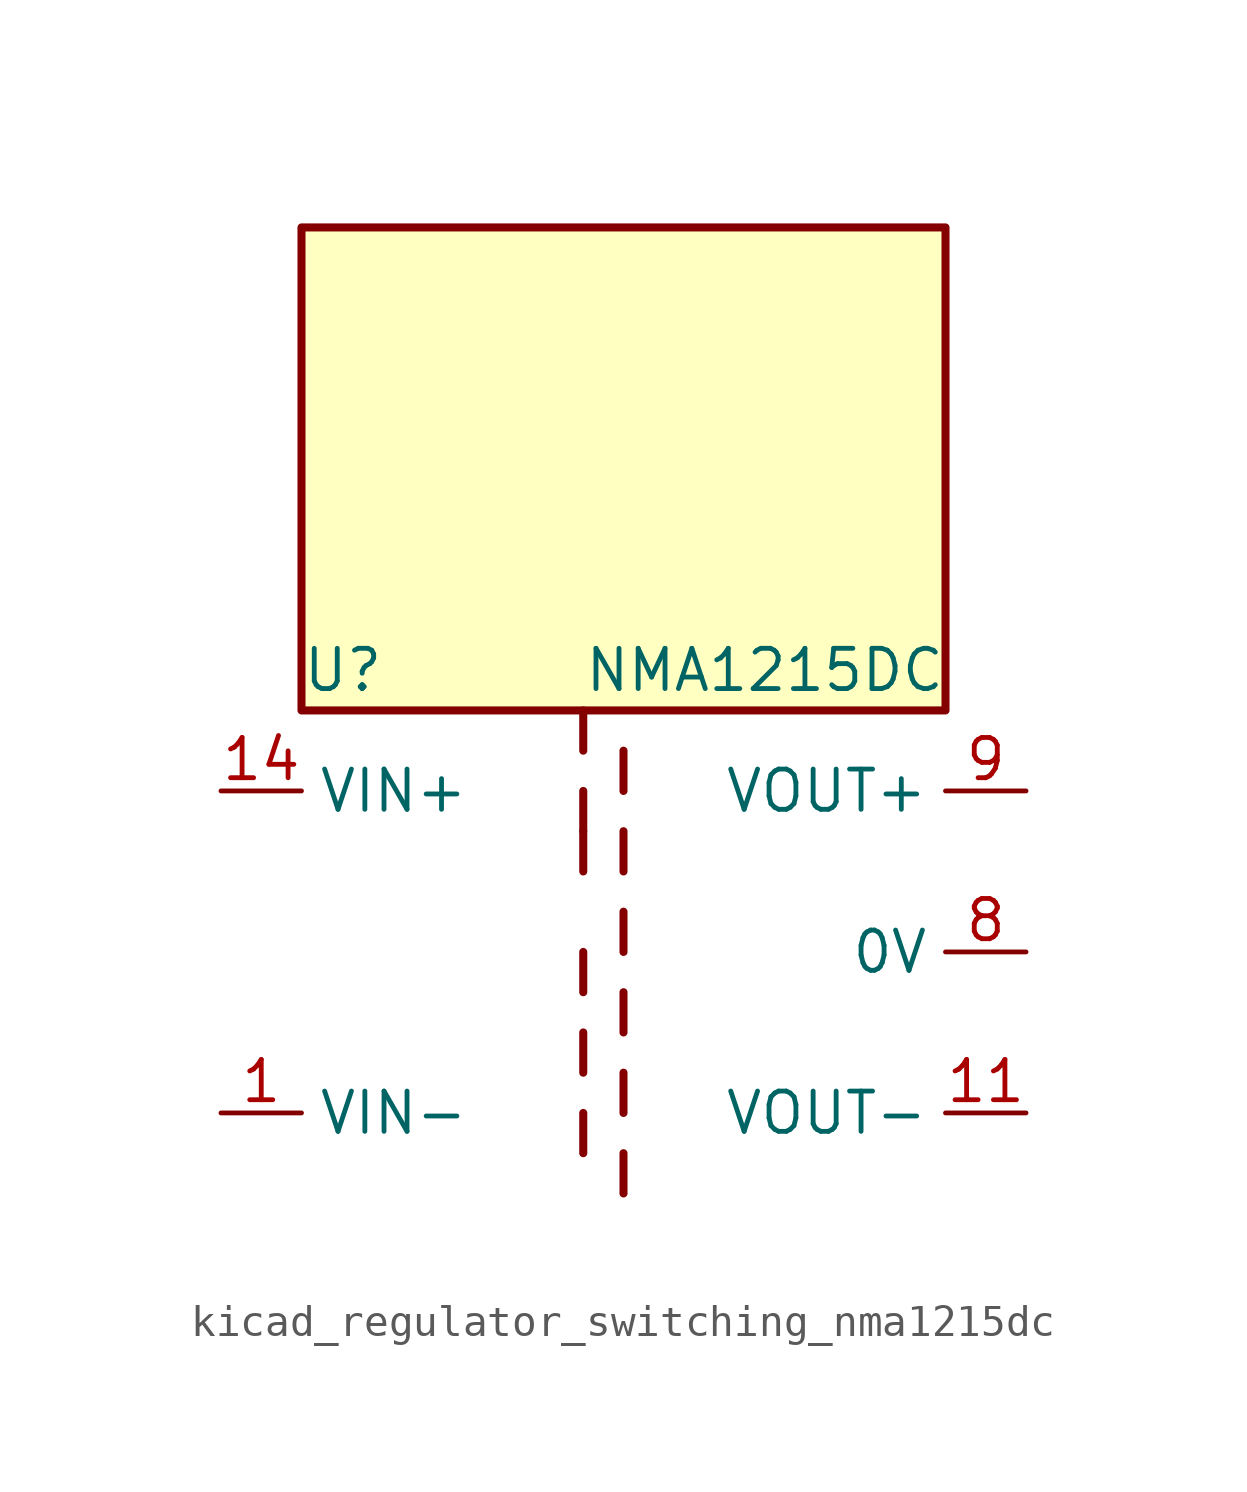
<source format=kicad_sym>
(kicad_symbol_lib
  (version 20220914)
  (generator kicad_symbol_editor)
  (symbol "kicad_regulator_switching_nma1215dc"
    (property "Reference" "U"
      (at -10.16 8.89 0)
      (effects (font (size 1.27 1.27)) (justify left)))
    (property "Value" "NMA1215DC"
      (at -1.27 8.89 0)
      (effects (font (size 1.27 1.27)) (justify left)))
    (symbol "kicad_regulator_switching_nma1215dc_0_1"
      (polyline (pts (xy -1.27 -5.08) (xy -1.27 -6.35)) (stroke (width 0.254) (type default)) (fill (type none)))
      (polyline (pts (xy -1.27 -2.54) (xy -1.27 -3.81)) (stroke (width 0.254) (type default)) (fill (type none)))
      (polyline (pts (xy -1.27 0) (xy -1.27 -1.27)) (stroke (width 0.254) (type default)) (fill (type none)))
      (polyline (pts (xy -1.27 2.54) (xy -1.27 3.81)) (stroke (width 0.254) (type default)) (fill (type none)))
      (polyline (pts (xy -1.27 5.08) (xy -1.27 3.81)) (stroke (width 0.254) (type default)) (fill (type none)))
      (polyline (pts (xy -1.27 7.62) (xy -1.27 6.35)) (stroke (width 0.254) (type default)) (fill (type none)))
      (polyline (pts (xy 0 -7.62) (xy 0 -6.35)) (stroke (width 0.254) (type default)) (fill (type none)))
      (polyline (pts (xy 0 -5.08) (xy 0 -3.81)) (stroke (width 0.254) (type default)) (fill (type none)))
      (polyline (pts (xy 0 -1.27) (xy 0 -2.54)) (stroke (width 0.254) (type default)) (fill (type none)))
      (polyline (pts (xy 0 0) (xy 0 1.27)) (stroke (width 0.254) (type default)) (fill (type none)))
      (polyline (pts (xy 0 2.54) (xy 0 3.81)) (stroke (width 0.254) (type default)) (fill (type none)))
      (polyline (pts (xy 0 5.08) (xy 0 6.35)) (stroke (width 0.254) (type default)) (fill (type none)))
      (rectangle (start 10.16 22.86) (end -10.16 7.62) (stroke (width 0.254) (type default)) (fill (type background))))
    (symbol "kicad_regulator_switching_nma1215dc_1_1"
      (pin power_in line (at -12.7 -5.08 0) (length 2.54) (name "VIN-" (effects (font (size 1.27 1.27)))) (number "1" (effects (font (size 1.27 1.27)))))
      (pin power_out line (at 12.7 -5.08 180) (length 2.54) (name "VOUT-" (effects (font (size 1.27 1.27)))) (number "11" (effects (font (size 1.27 1.27)))))
      (pin power_in line (at -12.7 5.08 0) (length 2.54) (name "VIN+" (effects (font (size 1.27 1.27)))) (number "14" (effects (font (size 1.27 1.27)))))
      (pin no_connect line (at -10.16 0 0) (length 2.54) hide (name "NC" (effects (font (size 1.27 1.27)))) (number "7" (effects (font (size 1.27 1.27)))))
      (pin power_out line (at 12.7 0 180) (length 2.54) (name "0V" (effects (font (size 1.27 1.27)))) (number "8" (effects (font (size 1.27 1.27)))))
      (pin power_out line (at 12.7 5.08 180) (length 2.54) (name "VOUT+" (effects (font (size 1.27 1.27)))) (number "9" (effects (font (size 1.27 1.27))))))))
</source>
